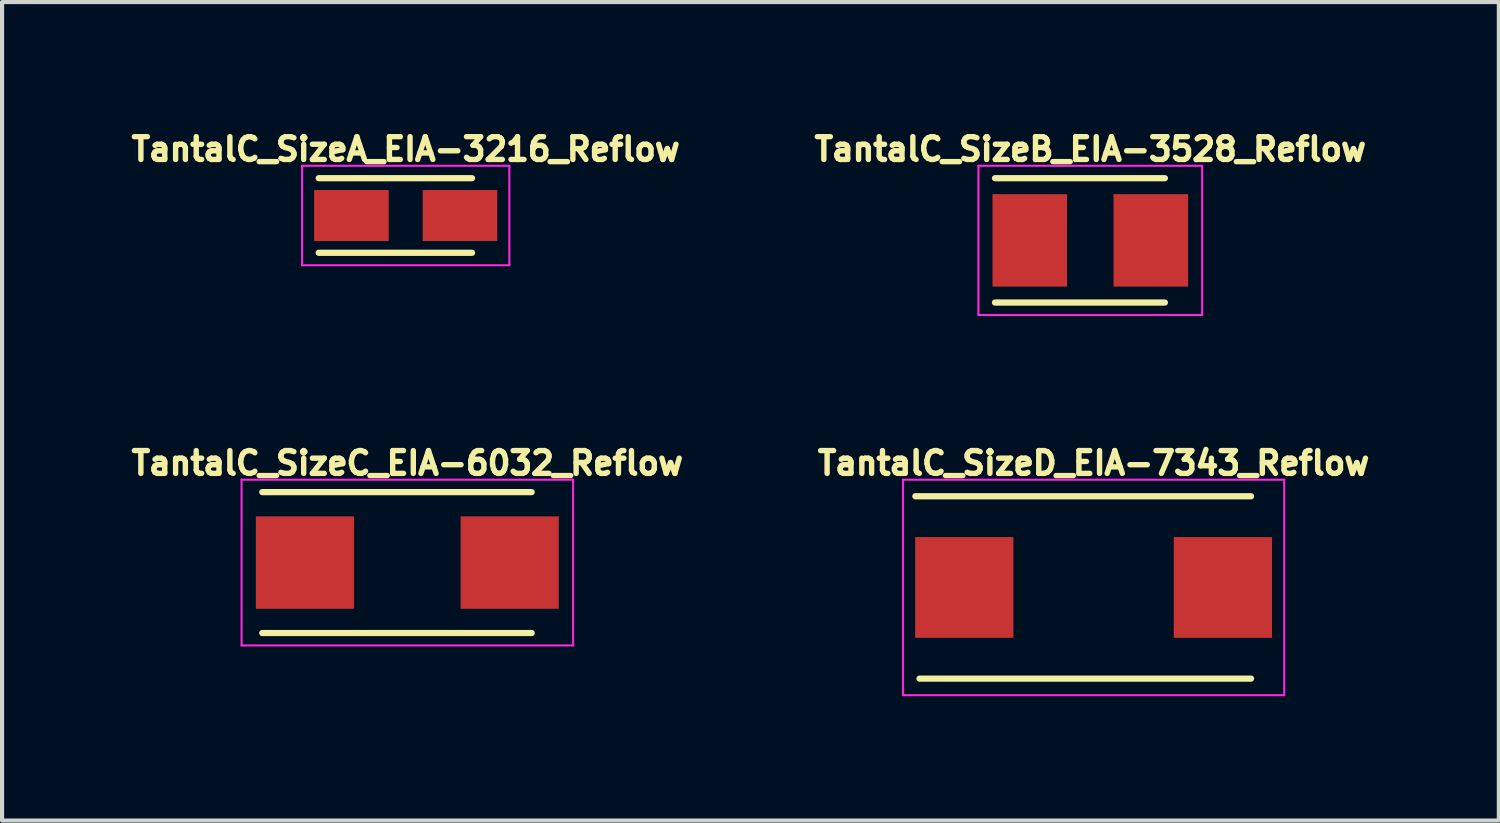
<source format=kicad_pcb>
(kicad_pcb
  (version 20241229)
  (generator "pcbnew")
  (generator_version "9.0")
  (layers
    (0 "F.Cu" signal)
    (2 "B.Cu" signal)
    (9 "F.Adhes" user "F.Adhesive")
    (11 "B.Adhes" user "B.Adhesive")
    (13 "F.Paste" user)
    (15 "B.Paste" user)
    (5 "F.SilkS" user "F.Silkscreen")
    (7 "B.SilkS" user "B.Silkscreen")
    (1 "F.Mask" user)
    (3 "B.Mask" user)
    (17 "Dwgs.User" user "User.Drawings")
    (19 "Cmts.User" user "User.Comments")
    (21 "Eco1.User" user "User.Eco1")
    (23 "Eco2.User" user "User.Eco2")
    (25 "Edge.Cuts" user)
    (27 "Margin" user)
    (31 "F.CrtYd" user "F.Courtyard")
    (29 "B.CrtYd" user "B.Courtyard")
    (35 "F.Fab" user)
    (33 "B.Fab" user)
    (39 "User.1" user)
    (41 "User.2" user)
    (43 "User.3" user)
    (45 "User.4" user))
  (footprint "TantalC_SizeC_EIA-6032_Reflow"
    (layer "F.Cu")
    (at 6.779 10.525)
    (property "Reference" "TantalC_SizeC_EIA-6032_Reflow" (at 0 -2.4 0) (layer "F.SilkS") (effects (font (size 0.55 0.55) (thickness 0.13))))
    (attr smd)
    (fp_line (start 3 -1.7) (end -3.5 -1.7) (stroke (width 0.15) (type solid)) (layer "F.SilkS"))
    (fp_line (start 3 1.7) (end -3.5 1.7) (stroke (width 0.15) (type solid)) (layer "F.SilkS"))
    (fp_line (start -4 -2) (end -4 2) (stroke (width 0.05) (type solid)) (layer "F.CrtYd"))
    (fp_line (start -4 2) (end 4 2) (stroke (width 0.05) (type solid)) (layer "F.CrtYd"))
    (fp_line (start 4 -2) (end -4 -2) (stroke (width 0.05) (type solid)) (layer "F.CrtYd"))
    (fp_line (start 4 2) (end 4 -2) (stroke (width 0.05) (type solid)) (layer "F.CrtYd"))
    (pad "1" smd rect (at -2.47 0) (size 2.37 2.23) (layers "F.Cu" "F.Mask" "F.Paste"))
    (pad "2" smd rect (at 2.47 0) (size 2.37 2.23) (layers "F.Cu" "F.Mask" "F.Paste")))
  (footprint "TantalC_SizeD_EIA-7343_Reflow"
    (layer "F.Cu")
    (at 23.338 11.125)
    (property "Reference" "TantalC_SizeD_EIA-7343_Reflow" (at 0 -3 0) (layer "F.SilkS") (effects (font (size 0.55 0.55) (thickness 0.13))))
    (attr smd)
    (fp_line (start -4.2 2.2) (end 3.8 2.2) (stroke (width 0.15) (type solid)) (layer "F.SilkS"))
    (fp_line (start 3.8 -2.2) (end -4.3 -2.2) (stroke (width 0.15) (type solid)) (layer "F.SilkS"))
    (fp_line (start -4.6 -2.6) (end -4.6 2.6) (stroke (width 0.05) (type solid)) (layer "F.CrtYd"))
    (fp_line (start -4.6 2.6) (end 4.6 2.6) (stroke (width 0.05) (type solid)) (layer "F.CrtYd"))
    (fp_line (start 4.6 -2.6) (end -4.6 -2.6) (stroke (width 0.05) (type solid)) (layer "F.CrtYd"))
    (fp_line (start 4.6 2.6) (end 4.6 -2.6) (stroke (width 0.05) (type solid)) (layer "F.CrtYd"))
    (pad "1" smd rect (at -3.12 0) (size 2.37 2.43) (layers "F.Cu" "F.Mask" "F.Paste"))
    (pad "2" smd rect (at 3.12 0) (size 2.37 2.43) (layers "F.Cu" "F.Mask" "F.Paste")))
  (footprint "TantalC_SizeB_EIA-3528_Reflow"
    (layer "F.Cu")
    (at 23.259 2.75)
    (property "Reference" "TantalC_SizeB_EIA-3528_Reflow" (at 0 -2.2 0) (layer "F.SilkS") (effects (font (size 0.55 0.55) (thickness 0.13))))
    (attr smd)
    (fp_line (start 1.8 -1.5) (end -2.3 -1.5) (stroke (width 0.15) (type solid)) (layer "F.SilkS"))
    (fp_line (start 1.8 1.5) (end -2.3 1.5) (stroke (width 0.15) (type solid)) (layer "F.SilkS"))
    (fp_line (start -2.7 -1.8) (end -2.7 1.8) (stroke (width 0.05) (type solid)) (layer "F.CrtYd"))
    (fp_line (start -2.7 1.8) (end 2.7 1.8) (stroke (width 0.05) (type solid)) (layer "F.CrtYd"))
    (fp_line (start 2.7 -1.8) (end -2.7 -1.8) (stroke (width 0.05) (type solid)) (layer "F.CrtYd"))
    (fp_line (start 2.7 1.8) (end 2.7 -1.8) (stroke (width 0.05) (type solid)) (layer "F.CrtYd"))
    (pad "1" smd rect (at -1.46 0) (size 1.8 2.23) (layers "F.Cu" "F.Mask" "F.Paste"))
    (pad "2" smd rect (at 1.46 0) (size 1.8 2.23) (layers "F.Cu" "F.Mask" "F.Paste")))
  (footprint "TantalC_SizeA_EIA-3216_Reflow"
    (layer "F.Cu")
    (at 6.74 2.15)
    (property "Reference" "TantalC_SizeA_EIA-3216_Reflow" (at 0 -1.6 0) (layer "F.SilkS") (effects (font (size 0.55 0.55) (thickness 0.13))))
    (attr smd)
    (fp_line (start 1.6 -0.9) (end -2.1 -0.9) (stroke (width 0.15) (type solid)) (layer "F.SilkS"))
    (fp_line (start 1.6 0.9) (end -2.1 0.9) (stroke (width 0.15) (type solid)) (layer "F.SilkS"))
    (fp_line (start -2.5 -1.2) (end -2.5 1.2) (stroke (width 0.05) (type solid)) (layer "F.CrtYd"))
    (fp_line (start -2.5 1.2) (end 2.5 1.2) (stroke (width 0.05) (type solid)) (layer "F.CrtYd"))
    (fp_line (start 2.5 -1.2) (end -2.5 -1.2) (stroke (width 0.05) (type solid)) (layer "F.CrtYd"))
    (fp_line (start 2.5 1.2) (end 2.5 -1.2) (stroke (width 0.05) (type solid)) (layer "F.CrtYd"))
    (pad "1" smd rect (at -1.31 0) (size 1.8 1.23) (layers "F.Cu" "F.Mask" "F.Paste"))
    (pad "2" smd rect (at 1.31 0) (size 1.8 1.23) (layers "F.Cu" "F.Mask" "F.Paste")))
  (gr_rect
    (start -3 -3)
    (end 33.117 16.75)
    (stroke (width 0.1) (type default))
    (fill no)
    (layer "Edge.Cuts")))
</source>
